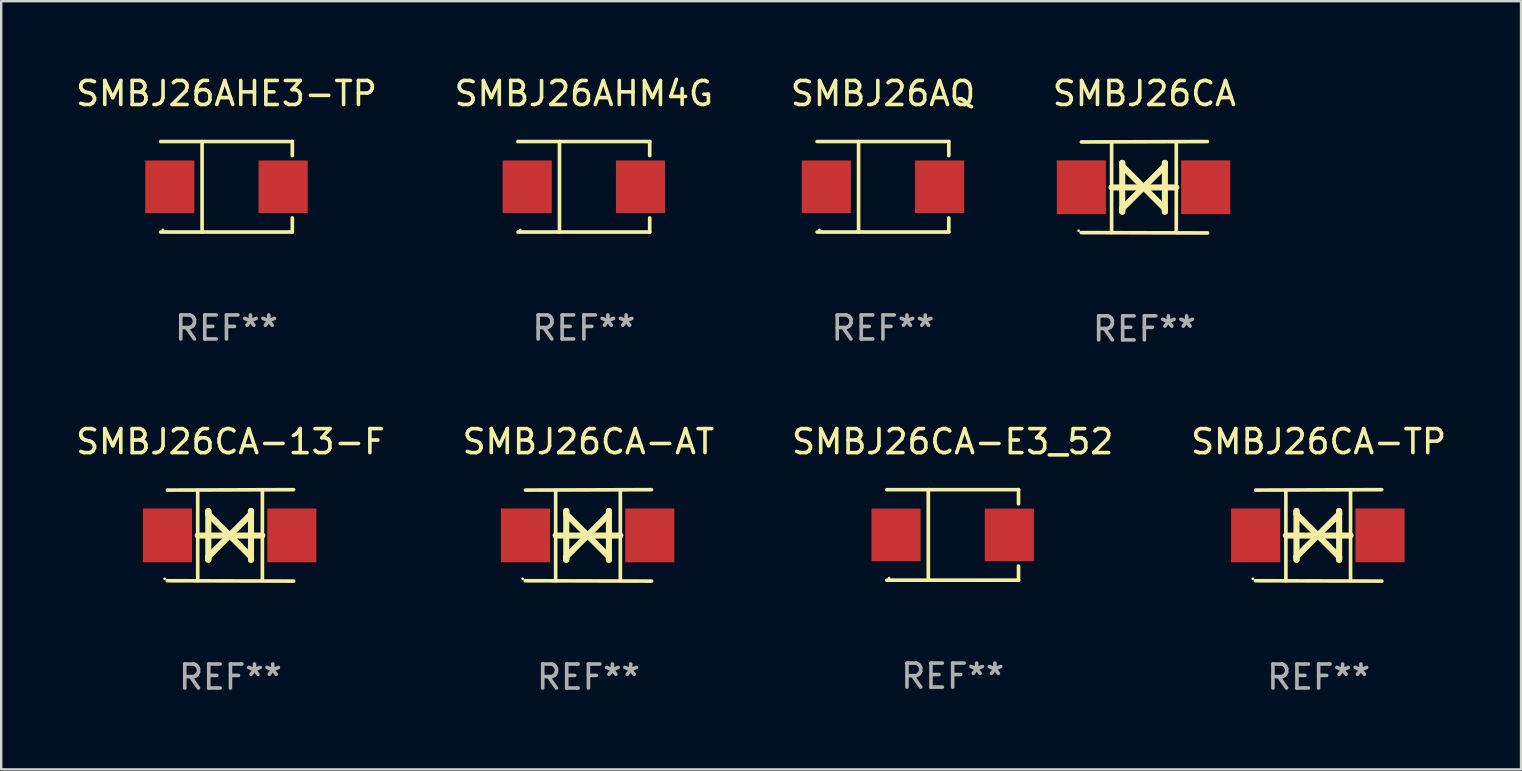
<source format=kicad_pcb>
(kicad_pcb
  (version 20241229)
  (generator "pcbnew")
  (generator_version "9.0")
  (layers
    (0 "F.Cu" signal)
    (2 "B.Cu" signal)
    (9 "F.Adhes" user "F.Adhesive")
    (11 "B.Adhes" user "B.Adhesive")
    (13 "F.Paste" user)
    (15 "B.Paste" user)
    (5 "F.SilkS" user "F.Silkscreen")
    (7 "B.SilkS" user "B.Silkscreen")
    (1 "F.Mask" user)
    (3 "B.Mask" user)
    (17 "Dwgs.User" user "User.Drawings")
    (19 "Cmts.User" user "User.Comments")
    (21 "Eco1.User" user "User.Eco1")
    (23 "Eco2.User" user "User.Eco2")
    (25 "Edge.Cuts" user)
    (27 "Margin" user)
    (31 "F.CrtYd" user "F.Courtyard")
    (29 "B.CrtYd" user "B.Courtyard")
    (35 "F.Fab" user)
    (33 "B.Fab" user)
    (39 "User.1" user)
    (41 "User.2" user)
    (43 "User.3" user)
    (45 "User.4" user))
  (footprint "SMBJ26AQ"
    (layer "F.Cu")
    (at 33.744 4.734)
    (property "Reference" "SMBJ26AQ" (at 0 -3.886 0) (layer "F.SilkS") (effects (font (size 1 1) (thickness 0.15))))
    (attr through_hole)
    (fp_line (start -2.744 -1.886) (end 2.744 -1.886) (stroke (width 0.152) (type solid)) (layer "F.SilkS"))
    (fp_line (start -2.744 1.886) (end 2.744 1.886) (stroke (width 0.152) (type solid)) (layer "F.SilkS"))
    (fp_line (start -1.016 -1.886) (end -1.016 1.886) (stroke (width 0.152) (type solid)) (layer "F.SilkS"))
    (fp_line (start 2.744 -1.886) (end 2.744 -1.299) (stroke (width 0.152) (type solid)) (layer "F.SilkS"))
    (fp_line (start 2.744 1.886) (end 2.744 1.299) (stroke (width 0.152) (type solid)) (layer "F.SilkS"))
    (fp_circle (center -2.65 1.8) (end -2.62 1.8) (stroke (width 0.06) (type solid)) (fill no) (layer "F.SilkS"))
    (fp_text user "REF**" (at 0 5.886 0) (layer "F.Fab") (effects (font (size 1 1) (thickness 0.15))))
    (pad "1" smd rect (at -2.361 0) (size 2.047 2.192) (layers "F.Cu" "F.Mask" "F.Paste"))
    (pad "2" smd rect (at 2.361 0) (size 2.047 2.192) (layers "F.Cu" "F.Mask" "F.Paste")))
  (footprint "SMBJ26AHE3-TP"
    (layer "F.Cu")
    (at 6.387 4.734)
    (property "Reference" "SMBJ26AHE3-TP" (at 0 -3.886 0) (layer "F.SilkS") (effects (font (size 1 1) (thickness 0.15))))
    (attr through_hole)
    (fp_line (start -2.744 -1.886) (end 2.744 -1.886) (stroke (width 0.152) (type solid)) (layer "F.SilkS"))
    (fp_line (start -2.744 1.886) (end 2.744 1.886) (stroke (width 0.152) (type solid)) (layer "F.SilkS"))
    (fp_line (start -1.016 -1.886) (end -1.016 1.886) (stroke (width 0.152) (type solid)) (layer "F.SilkS"))
    (fp_line (start 2.744 -1.886) (end 2.744 -1.299) (stroke (width 0.152) (type solid)) (layer "F.SilkS"))
    (fp_line (start 2.744 1.886) (end 2.744 1.299) (stroke (width 0.152) (type solid)) (layer "F.SilkS"))
    (fp_circle (center -2.65 1.8) (end -2.62 1.8) (stroke (width 0.06) (type solid)) (fill no) (layer "F.SilkS"))
    (fp_text user "REF**" (at 0 5.886 0) (layer "F.Fab") (effects (font (size 1 1) (thickness 0.15))))
    (pad "1" smd rect (at -2.361 0) (size 2.047 2.192) (layers "F.Cu" "F.Mask" "F.Paste"))
    (pad "2" smd rect (at 2.361 0) (size 2.047 2.192) (layers "F.Cu" "F.Mask" "F.Paste")))
  (footprint "SMBJ26AHM4G"
    (layer "F.Cu")
    (at 21.28 4.734)
    (property "Reference" "SMBJ26AHM4G" (at 0 -3.886 0) (layer "F.SilkS") (effects (font (size 1 1) (thickness 0.15))))
    (attr through_hole)
    (fp_line (start -2.744 -1.886) (end 2.744 -1.886) (stroke (width 0.152) (type solid)) (layer "F.SilkS"))
    (fp_line (start -2.744 1.886) (end 2.744 1.886) (stroke (width 0.152) (type solid)) (layer "F.SilkS"))
    (fp_line (start -1.016 -1.886) (end -1.016 1.886) (stroke (width 0.152) (type solid)) (layer "F.SilkS"))
    (fp_line (start 2.744 -1.886) (end 2.744 -1.299) (stroke (width 0.152) (type solid)) (layer "F.SilkS"))
    (fp_line (start 2.744 1.886) (end 2.744 1.299) (stroke (width 0.152) (type solid)) (layer "F.SilkS"))
    (fp_circle (center -2.65 1.8) (end -2.62 1.8) (stroke (width 0.06) (type solid)) (fill no) (layer "F.SilkS"))
    (fp_text user "REF**" (at 0 5.886 0) (layer "F.Fab") (effects (font (size 1 1) (thickness 0.15))))
    (pad "1" smd rect (at -2.361 0) (size 2.047 2.192) (layers "F.Cu" "F.Mask" "F.Paste"))
    (pad "2" smd rect (at 2.361 0) (size 2.047 2.192) (layers "F.Cu" "F.Mask" "F.Paste")))
  (footprint "SMBJ26CA"
    (layer "F.Cu")
    (at 44.637 4.753)
    (property "Reference" "SMBJ26CA" (at 0 -3.905 0) (layer "F.SilkS") (effects (font (size 1 1) (thickness 0.15))))
    (attr through_hole)
    (fp_line (start -1.365 1.886) (end -1.365 -1.886) (stroke (width 0.152) (type solid)) (layer "F.SilkS"))
    (fp_line (start -1.365 0.008) (end 1.33 0.008) (stroke (width 0.254) (type solid)) (layer "F.SilkS"))
    (fp_line (start -0.923 -1.016) (end -0.923 1.016) (stroke (width 0.254) (type solid)) (layer "F.SilkS"))
    (fp_line (start -0.923 -0.889) (end -0.923 -1.016) (stroke (width 0.254) (type solid)) (layer "F.SilkS"))
    (fp_line (start -0.923 0.889) (end -0.034 0) (stroke (width 0.254) (type solid)) (layer "F.SilkS"))
    (fp_line (start -0.923 1.016) (end -0.923 0.889) (stroke (width 0.254) (type solid)) (layer "F.SilkS"))
    (fp_line (start -0.034 0) (end -0.923 -0.889) (stroke (width 0.254) (type solid)) (layer "F.SilkS"))
    (fp_line (start -0.034 0) (end 0.855 0.889) (stroke (width 0.254) (type solid)) (layer "F.SilkS"))
    (fp_line (start 0.855 -1.016) (end 0.855 -0.889) (stroke (width 0.254) (type solid)) (layer "F.SilkS"))
    (fp_line (start 0.855 -0.889) (end -0.034 0) (stroke (width 0.254) (type solid)) (layer "F.SilkS"))
    (fp_line (start 0.855 0.889) (end 0.855 1.016) (stroke (width 0.254) (type solid)) (layer "F.SilkS"))
    (fp_line (start 0.855 1.016) (end 0.855 -1.016) (stroke (width 0.254) (type solid)) (layer "F.SilkS"))
    (fp_line (start 1.33 1.886) (end 1.33 -1.886) (stroke (width 0.152) (type solid)) (layer "F.SilkS"))
    (fp_line (start 2.629 -1.905) (end -2.625 -1.887) (stroke (width 0.152) (type solid)) (layer "F.SilkS"))
    (fp_line (start 2.633 1.905) (end -2.633 1.89) (stroke (width 0.152) (type solid)) (layer "F.SilkS"))
    (fp_circle (center -2.741 1.81) (end -2.711 1.81) (stroke (width 0.06) (type solid)) (fill no) (layer "F.SilkS"))
    (fp_text user "REF**" (at 0 5.905 0) (layer "F.Fab") (effects (font (size 1 1) (thickness 0.15))))
    (pad "1" smd rect (at -2.625 0) (size 2.047 2.241) (layers "F.Cu" "F.Mask" "F.Paste"))
    (pad "2" smd rect (at 2.557 0) (size 2.047 2.241) (layers "F.Cu" "F.Mask" "F.Paste")))
  (footprint "SMBJ26CA-E3_52"
    (layer "F.Cu")
    (at 36.649 19.241)
    (property "Reference" "SMBJ26CA-E3_52" (at 0 -3.886 0) (layer "F.SilkS") (effects (font (size 1 1) (thickness 0.15))))
    (attr through_hole)
    (fp_line (start -2.744 -1.886) (end 2.744 -1.886) (stroke (width 0.152) (type solid)) (layer "F.SilkS"))
    (fp_line (start -2.744 1.886) (end 2.744 1.886) (stroke (width 0.152) (type solid)) (layer "F.SilkS"))
    (fp_line (start -1.016 -1.886) (end -1.016 1.886) (stroke (width 0.152) (type solid)) (layer "F.SilkS"))
    (fp_line (start 2.744 -1.886) (end 2.744 -1.299) (stroke (width 0.152) (type solid)) (layer "F.SilkS"))
    (fp_line (start 2.744 1.886) (end 2.744 1.299) (stroke (width 0.152) (type solid)) (layer "F.SilkS"))
    (fp_circle (center -2.65 1.8) (end -2.62 1.8) (stroke (width 0.06) (type solid)) (fill no) (layer "F.SilkS"))
    (fp_text user "REF**" (at 0 5.886 0) (layer "F.Fab") (effects (font (size 1 1) (thickness 0.15))))
    (pad "1" smd rect (at -2.361 0) (size 2.047 2.192) (layers "F.Cu" "F.Mask" "F.Paste"))
    (pad "2" smd rect (at 2.361 0) (size 2.047 2.192) (layers "F.Cu" "F.Mask" "F.Paste")))
  (footprint "SMBJ26CA-TP"
    (layer "F.Cu")
    (at 51.899 19.26)
    (property "Reference" "SMBJ26CA-TP" (at 0 -3.905 0) (layer "F.SilkS") (effects (font (size 1 1) (thickness 0.15))))
    (attr through_hole)
    (fp_line (start -1.365 1.886) (end -1.365 -1.886) (stroke (width 0.152) (type solid)) (layer "F.SilkS"))
    (fp_line (start -1.365 0.008) (end 1.33 0.008) (stroke (width 0.254) (type solid)) (layer "F.SilkS"))
    (fp_line (start -0.923 -1.016) (end -0.923 1.016) (stroke (width 0.254) (type solid)) (layer "F.SilkS"))
    (fp_line (start -0.923 -0.889) (end -0.923 -1.016) (stroke (width 0.254) (type solid)) (layer "F.SilkS"))
    (fp_line (start -0.923 0.889) (end -0.034 0) (stroke (width 0.254) (type solid)) (layer "F.SilkS"))
    (fp_line (start -0.923 1.016) (end -0.923 0.889) (stroke (width 0.254) (type solid)) (layer "F.SilkS"))
    (fp_line (start -0.034 0) (end -0.923 -0.889) (stroke (width 0.254) (type solid)) (layer "F.SilkS"))
    (fp_line (start -0.034 0) (end 0.855 0.889) (stroke (width 0.254) (type solid)) (layer "F.SilkS"))
    (fp_line (start 0.855 -1.016) (end 0.855 -0.889) (stroke (width 0.254) (type solid)) (layer "F.SilkS"))
    (fp_line (start 0.855 -0.889) (end -0.034 0) (stroke (width 0.254) (type solid)) (layer "F.SilkS"))
    (fp_line (start 0.855 0.889) (end 0.855 1.016) (stroke (width 0.254) (type solid)) (layer "F.SilkS"))
    (fp_line (start 0.855 1.016) (end 0.855 -1.016) (stroke (width 0.254) (type solid)) (layer "F.SilkS"))
    (fp_line (start 1.33 1.886) (end 1.33 -1.886) (stroke (width 0.152) (type solid)) (layer "F.SilkS"))
    (fp_line (start 2.629 -1.905) (end -2.625 -1.887) (stroke (width 0.152) (type solid)) (layer "F.SilkS"))
    (fp_line (start 2.633 1.905) (end -2.633 1.89) (stroke (width 0.152) (type solid)) (layer "F.SilkS"))
    (fp_circle (center -2.741 1.81) (end -2.711 1.81) (stroke (width 0.06) (type solid)) (fill no) (layer "F.SilkS"))
    (fp_text user "REF**" (at 0 5.905 0) (layer "F.Fab") (effects (font (size 1 1) (thickness 0.15))))
    (pad "1" smd rect (at -2.625 0) (size 2.047 2.241) (layers "F.Cu" "F.Mask" "F.Paste"))
    (pad "2" smd rect (at 2.557 0) (size 2.047 2.241) (layers "F.Cu" "F.Mask" "F.Paste")))
  (footprint "SMBJ26CA-13-F"
    (layer "F.Cu")
    (at 6.554 19.26)
    (property "Reference" "SMBJ26CA-13-F" (at 0 -3.905 0) (layer "F.SilkS") (effects (font (size 1 1) (thickness 0.15))))
    (attr through_hole)
    (fp_line (start -1.365 1.886) (end -1.365 -1.886) (stroke (width 0.152) (type solid)) (layer "F.SilkS"))
    (fp_line (start -1.365 0.008) (end 1.33 0.008) (stroke (width 0.254) (type solid)) (layer "F.SilkS"))
    (fp_line (start -0.923 -1.016) (end -0.923 1.016) (stroke (width 0.254) (type solid)) (layer "F.SilkS"))
    (fp_line (start -0.923 -0.889) (end -0.923 -1.016) (stroke (width 0.254) (type solid)) (layer "F.SilkS"))
    (fp_line (start -0.923 0.889) (end -0.034 0) (stroke (width 0.254) (type solid)) (layer "F.SilkS"))
    (fp_line (start -0.923 1.016) (end -0.923 0.889) (stroke (width 0.254) (type solid)) (layer "F.SilkS"))
    (fp_line (start -0.034 0) (end -0.923 -0.889) (stroke (width 0.254) (type solid)) (layer "F.SilkS"))
    (fp_line (start -0.034 0) (end 0.855 0.889) (stroke (width 0.254) (type solid)) (layer "F.SilkS"))
    (fp_line (start 0.855 -1.016) (end 0.855 -0.889) (stroke (width 0.254) (type solid)) (layer "F.SilkS"))
    (fp_line (start 0.855 -0.889) (end -0.034 0) (stroke (width 0.254) (type solid)) (layer "F.SilkS"))
    (fp_line (start 0.855 0.889) (end 0.855 1.016) (stroke (width 0.254) (type solid)) (layer "F.SilkS"))
    (fp_line (start 0.855 1.016) (end 0.855 -1.016) (stroke (width 0.254) (type solid)) (layer "F.SilkS"))
    (fp_line (start 1.33 1.886) (end 1.33 -1.886) (stroke (width 0.152) (type solid)) (layer "F.SilkS"))
    (fp_line (start 2.629 -1.905) (end -2.625 -1.887) (stroke (width 0.152) (type solid)) (layer "F.SilkS"))
    (fp_line (start 2.633 1.905) (end -2.633 1.89) (stroke (width 0.152) (type solid)) (layer "F.SilkS"))
    (fp_circle (center -2.741 1.81) (end -2.711 1.81) (stroke (width 0.06) (type solid)) (fill no) (layer "F.SilkS"))
    (fp_text user "REF**" (at 0 5.905 0) (layer "F.Fab") (effects (font (size 1 1) (thickness 0.15))))
    (pad "1" smd rect (at -2.625 0) (size 2.047 2.241) (layers "F.Cu" "F.Mask" "F.Paste"))
    (pad "2" smd rect (at 2.557 0) (size 2.047 2.241) (layers "F.Cu" "F.Mask" "F.Paste")))
  (footprint "SMBJ26CA-AT"
    (layer "F.Cu")
    (at 21.47 19.26)
    (property "Reference" "SMBJ26CA-AT" (at 0 -3.905 0) (layer "F.SilkS") (effects (font (size 1 1) (thickness 0.15))))
    (attr through_hole)
    (fp_line (start -1.365 1.886) (end -1.365 -1.886) (stroke (width 0.152) (type solid)) (layer "F.SilkS"))
    (fp_line (start -1.365 0.008) (end 1.33 0.008) (stroke (width 0.254) (type solid)) (layer "F.SilkS"))
    (fp_line (start -0.923 -1.016) (end -0.923 1.016) (stroke (width 0.254) (type solid)) (layer "F.SilkS"))
    (fp_line (start -0.923 -0.889) (end -0.923 -1.016) (stroke (width 0.254) (type solid)) (layer "F.SilkS"))
    (fp_line (start -0.923 0.889) (end -0.034 0) (stroke (width 0.254) (type solid)) (layer "F.SilkS"))
    (fp_line (start -0.923 1.016) (end -0.923 0.889) (stroke (width 0.254) (type solid)) (layer "F.SilkS"))
    (fp_line (start -0.034 0) (end -0.923 -0.889) (stroke (width 0.254) (type solid)) (layer "F.SilkS"))
    (fp_line (start -0.034 0) (end 0.855 0.889) (stroke (width 0.254) (type solid)) (layer "F.SilkS"))
    (fp_line (start 0.855 -1.016) (end 0.855 -0.889) (stroke (width 0.254) (type solid)) (layer "F.SilkS"))
    (fp_line (start 0.855 -0.889) (end -0.034 0) (stroke (width 0.254) (type solid)) (layer "F.SilkS"))
    (fp_line (start 0.855 0.889) (end 0.855 1.016) (stroke (width 0.254) (type solid)) (layer "F.SilkS"))
    (fp_line (start 0.855 1.016) (end 0.855 -1.016) (stroke (width 0.254) (type solid)) (layer "F.SilkS"))
    (fp_line (start 1.33 1.886) (end 1.33 -1.886) (stroke (width 0.152) (type solid)) (layer "F.SilkS"))
    (fp_line (start 2.629 -1.905) (end -2.625 -1.887) (stroke (width 0.152) (type solid)) (layer "F.SilkS"))
    (fp_line (start 2.633 1.905) (end -2.633 1.89) (stroke (width 0.152) (type solid)) (layer "F.SilkS"))
    (fp_circle (center -2.741 1.81) (end -2.711 1.81) (stroke (width 0.06) (type solid)) (fill no) (layer "F.SilkS"))
    (fp_text user "REF**" (at 0 5.905 0) (layer "F.Fab") (effects (font (size 1 1) (thickness 0.15))))
    (pad "1" smd rect (at -2.625 0) (size 2.047 2.241) (layers "F.Cu" "F.Mask" "F.Paste"))
    (pad "2" smd rect (at 2.557 0) (size 2.047 2.241) (layers "F.Cu" "F.Mask" "F.Paste")))
  (gr_rect
    (start -3 -3)
    (end 60.333 29.013)
    (stroke (width 0.1) (type default))
    (fill no)
    (layer "Edge.Cuts")))
</source>
